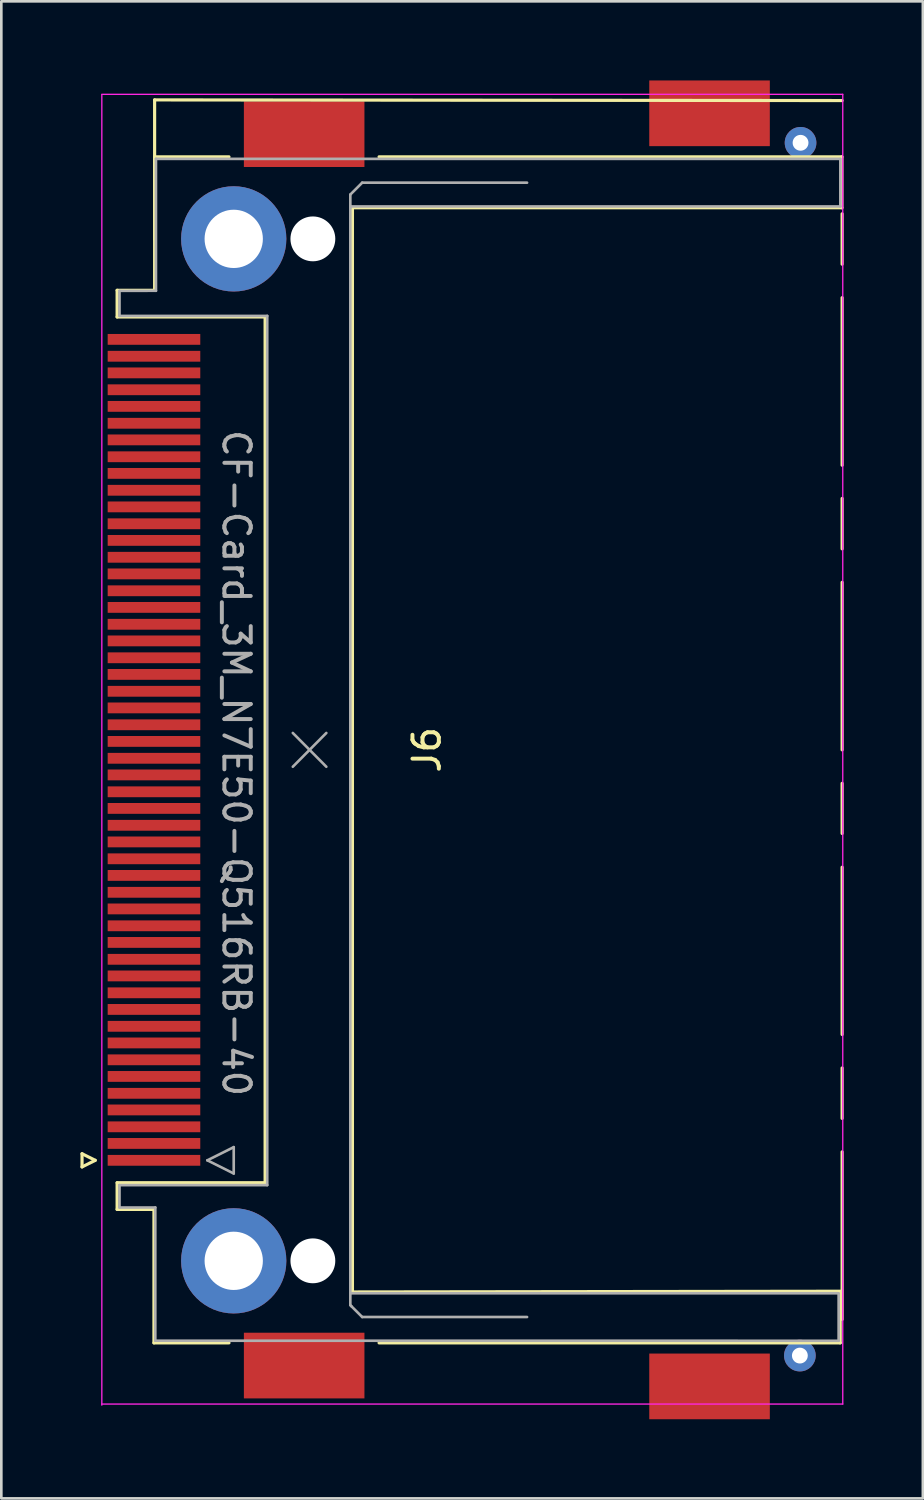
<source format=kicad_pcb>
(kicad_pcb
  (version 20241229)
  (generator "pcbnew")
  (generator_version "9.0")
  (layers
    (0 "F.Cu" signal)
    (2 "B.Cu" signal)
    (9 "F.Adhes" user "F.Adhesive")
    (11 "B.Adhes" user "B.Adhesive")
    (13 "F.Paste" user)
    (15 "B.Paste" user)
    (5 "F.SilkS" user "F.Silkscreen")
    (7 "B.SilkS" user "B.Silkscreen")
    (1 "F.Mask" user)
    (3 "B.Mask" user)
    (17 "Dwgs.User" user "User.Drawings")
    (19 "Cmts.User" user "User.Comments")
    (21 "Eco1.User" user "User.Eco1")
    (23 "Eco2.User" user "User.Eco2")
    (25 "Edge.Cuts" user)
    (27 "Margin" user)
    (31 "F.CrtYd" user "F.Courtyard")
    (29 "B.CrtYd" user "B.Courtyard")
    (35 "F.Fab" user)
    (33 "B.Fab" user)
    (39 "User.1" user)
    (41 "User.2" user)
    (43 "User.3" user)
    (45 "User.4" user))
  (footprint "CF-Card_3M_N7E50-Q516RB-40"
    (layer "F.Cu")
    (at 5.91 25.375)
    (property "Reference" "CF-Card_3M_N7E50-Q516RB-40" (at 0 0.5 270) (unlocked yes) (layer "F.Fab") (effects (font (size 1 1) (thickness 0.15))))
    (attr through_hole)
    (fp_line (start -5.85 15.31) (end -5.35 15.56) (stroke (width 0.12) (type solid)) (layer "F.SilkS"))
    (fp_line (start -5.85 15.81) (end -5.85 15.31) (stroke (width 0.12) (type solid)) (layer "F.SilkS"))
    (fp_line (start -5.35 15.56) (end -5.85 15.81) (stroke (width 0.12) (type solid)) (layer "F.SilkS"))
    (fp_line (start -4.52 -17.42) (end -3.099 -17.419) (stroke (width 0.12) (type solid)) (layer "F.SilkS"))
    (fp_line (start -4.52 -16.41) (end -4.52 -17.42) (stroke (width 0.12) (type solid)) (layer "F.SilkS"))
    (fp_line (start -4.52 16.41) (end 1.09 16.41) (stroke (width 0.12) (type solid)) (layer "F.SilkS"))
    (fp_line (start -4.52 17.42) (end -4.52 16.41) (stroke (width 0.12) (type solid)) (layer "F.SilkS"))
    (fp_line (start -3.124 17.42) (end -4.52 17.42) (stroke (width 0.12) (type solid)) (layer "F.SilkS"))
    (fp_line (start -3.124 22.48) (end -3.124 17.42) (stroke (width 0.12) (type solid)) (layer "F.SilkS"))
    (fp_line (start -3.099 -24.638) (end 22.962 -24.613) (stroke (width 0.12) (type solid)) (layer "F.SilkS"))
    (fp_line (start -3.099 -22.479) (end -0.28 -22.48) (stroke (width 0.12) (type solid)) (layer "F.SilkS"))
    (fp_line (start -3.099 -19.355) (end -3.099 -24.638) (stroke (width 0.12) (type solid)) (layer "F.SilkS"))
    (fp_line (start -3.099 -17.419) (end -3.099 -22.479) (stroke (width 0.12) (type solid)) (layer "F.SilkS"))
    (fp_line (start -0.28 22.48) (end -3.124 22.48) (stroke (width 0.12) (type solid)) (layer "F.SilkS"))
    (fp_line (start 1.09 -16.41) (end -4.52 -16.41) (stroke (width 0.12) (type solid)) (layer "F.SilkS"))
    (fp_line (start 1.09 16.41) (end 1.09 -16.41) (stroke (width 0.12) (type solid)) (layer "F.SilkS"))
    (fp_line (start 4.4 -20.55) (end 22.954 -20.55) (stroke (width 0.12) (type solid)) (layer "F.SilkS"))
    (fp_line (start 4.4 20.55) (end 4.4 -20.55) (stroke (width 0.12) (type solid)) (layer "F.SilkS"))
    (fp_line (start 5.41 22.48) (end 22.891 22.48) (stroke (width 0.12) (type solid)) (layer "F.SilkS"))
    (fp_line (start 22.891 22.48) (end 22.891 20.55) (stroke (width 0.12) (type solid)) (layer "F.SilkS"))
    (fp_line (start 22.911 20.523) (end 4.4 20.55) (stroke (width 0.12) (type solid)) (layer "F.SilkS"))
    (fp_line (start 22.954 -22.48) (end 5.41 -22.48) (stroke (width 0.12) (type solid)) (layer "F.SilkS"))
    (fp_line (start 22.954 -20.55) (end 22.954 -22.48) (stroke (width 0.12) (type solid)) (layer "F.SilkS"))
    (fp_line (start 22.963 -18.41) (end 22.963 -20.32) (stroke (width 0.12) (type solid)) (layer "F.SilkS"))
    (fp_line (start 22.963 -10.79) (end 22.963 -17.14) (stroke (width 0.12) (type solid)) (layer "F.SilkS"))
    (fp_line (start 22.963 -7.62) (end 22.963 -9.53) (stroke (width 0.12) (type solid)) (layer "F.SilkS"))
    (fp_line (start 22.963 0) (end 22.963 -6.35) (stroke (width 0.12) (type solid)) (layer "F.SilkS"))
    (fp_line (start 22.963 3.17) (end 22.963 1.27) (stroke (width 0.12) (type solid)) (layer "F.SilkS"))
    (fp_line (start 22.963 10.79) (end 22.963 4.45) (stroke (width 0.12) (type solid)) (layer "F.SilkS"))
    (fp_line (start 22.963 13.97) (end 22.963 12.06) (stroke (width 0.12) (type solid)) (layer "F.SilkS"))
    (fp_line (start 22.963 21.59) (end 22.963 15.24) (stroke (width 0.12) (type solid)) (layer "F.SilkS"))
    (fp_line (start -5.1 -24.85) (end 22.987 -24.85) (stroke (width 0.05) (type solid)) (layer "F.CrtYd"))
    (fp_line (start -5.1 24.8) (end 22.987 24.8) (stroke (width 0.05) (type solid)) (layer "F.CrtYd"))
    (fp_line (start -5.1 24.84) (end -5.1 -24.84) (stroke (width 0.05) (type solid)) (layer "F.CrtYd"))
    (fp_line (start 22.987 24.8) (end 22.987 -24.85) (stroke (width 0.05) (type solid)) (layer "F.CrtYd"))
    (fp_line (start -4.43 -17.4) (end -4.43 -16.45) (stroke (width 0.1) (type solid)) (layer "F.Fab"))
    (fp_line (start -4.43 -16.45) (end 1.17 -16.45) (stroke (width 0.1) (type solid)) (layer "F.Fab"))
    (fp_line (start -4.43 16.5) (end -4.43 17.35) (stroke (width 0.1) (type solid)) (layer "F.Fab"))
    (fp_line (start -4.43 17.35) (end -3.073 17.348) (stroke (width 0.1) (type solid)) (layer "F.Fab"))
    (fp_line (start -3.073 17.348) (end -3.073 22.398) (stroke (width 0.1) (type solid)) (layer "F.Fab"))
    (fp_line (start -3.073 22.398) (end 22.831 22.4) (stroke (width 0.1) (type solid)) (layer "F.Fab"))
    (fp_line (start -3.048 -22.403) (end -3.048 -17.403) (stroke (width 0.1) (type solid)) (layer "F.Fab"))
    (fp_line (start -3.048 -17.403) (end -4.43 -17.4) (stroke (width 0.1) (type solid)) (layer "F.Fab"))
    (fp_line (start -1.1 15.56) (end -0.1 15.06) (stroke (width 0.1) (type solid)) (layer "F.Fab"))
    (fp_line (start -0.1 15.06) (end -0.1 16.06) (stroke (width 0.1) (type solid)) (layer "F.Fab"))
    (fp_line (start -0.1 16.06) (end -1.1 15.56) (stroke (width 0.1) (type solid)) (layer "F.Fab"))
    (fp_line (start 1.17 -16.45) (end 1.17 16.5) (stroke (width 0.1) (type solid)) (layer "F.Fab"))
    (fp_line (start 1.17 16.5) (end -4.43 16.5) (stroke (width 0.1) (type solid)) (layer "F.Fab"))
    (fp_line (start 2.14 -0.64) (end 3.41 0.64) (stroke (width 0.1) (type solid)) (layer "F.Fab"))
    (fp_line (start 2.14 0.64) (end 3.41 -0.64) (stroke (width 0.1) (type solid)) (layer "F.Fab"))
    (fp_line (start 4.32 -21.05) (end 4.32 -20.55) (stroke (width 0.1) (type solid)) (layer "F.Fab"))
    (fp_line (start 4.32 -20.6) (end 22.895 -20.6) (stroke (width 0.1) (type solid)) (layer "F.Fab"))
    (fp_line (start 4.32 20.6) (end 4.32 -20.6) (stroke (width 0.1) (type solid)) (layer "F.Fab"))
    (fp_line (start 4.32 21.05) (end 4.32 20.6) (stroke (width 0.1) (type solid)) (layer "F.Fab"))
    (fp_line (start 4.37 21.1) (end 4.32 21.05) (stroke (width 0.1) (type solid)) (layer "F.Fab"))
    (fp_line (start 4.77 -21.5) (end 4.32 -21.05) (stroke (width 0.1) (type solid)) (layer "F.Fab"))
    (fp_line (start 4.77 21.5) (end 4.37 21.1) (stroke (width 0.1) (type solid)) (layer "F.Fab"))
    (fp_line (start 11.02 -21.5) (end 4.77 -21.5) (stroke (width 0.1) (type solid)) (layer "F.Fab"))
    (fp_line (start 11.02 21.5) (end 4.77 21.5) (stroke (width 0.1) (type solid)) (layer "F.Fab"))
    (fp_line (start 22.809 20.6) (end 4.32 20.6) (stroke (width 0.1) (type solid)) (layer "F.Fab"))
    (fp_line (start 22.831 22.4) (end 22.831 20.6) (stroke (width 0.1) (type solid)) (layer "F.Fab"))
    (fp_line (start 22.885 -22.403) (end -3.048 -22.403) (stroke (width 0.1) (type solid)) (layer "F.Fab"))
    (fp_line (start 22.895 -20.6) (end 22.895 -22.4) (stroke (width 0.1) (type solid)) (layer "F.Fab"))
    (fp_text user "J6" (at 7.22 0 270) (layer "F.SilkS") (effects (font (size 1 1) (thickness 0.15))))
    (pad "" thru_hole circle (at -0.1 -19.37 90) (size 3.99 3.99) (drill 2.21) (layers "*.Cu" "*.Mask"))
    (pad "" thru_hole circle (at -0.1 19.37 90) (size 3.99 3.99) (drill 2.21) (layers "*.Cu" "*.Mask"))
    (pad "" smd rect (at 2.57 -23.34 90) (size 2.49 4.57) (layers "F.Cu" "F.Mask" "F.Paste"))
    (pad "" smd rect (at 2.57 23.34 90) (size 2.49 4.57) (layers "F.Cu" "F.Mask" "F.Paste"))
    (pad "" np_thru_hole circle (at 2.9 -19.37 90) (size 1.7 1.7) (drill 1.7) (layers "*.Cu" "*.Mask"))
    (pad "" np_thru_hole circle (at 2.9 19.37 90) (size 1.7 1.7) (drill 1.7) (layers "*.Cu" "*.Mask"))
    (pad "" smd rect (at 17.937 -24.13 90) (size 2.49 4.57) (layers "F.Cu" "F.Mask" "F.Paste"))
    (pad "" smd rect (at 17.937 24.13 90) (size 2.49 4.57) (layers "F.Cu" "F.Mask" "F.Paste"))
    (pad "" thru_hole circle (at 21.361 22.962) (size 1.2 1.2) (drill 0.6) (layers "*.Cu" "*.Mask"))
    (pad "" thru_hole circle (at 21.387 -23.012) (size 1.2 1.2) (drill 0.6) (layers "*.Cu" "*.Mask"))
    (pad "1" smd rect (at -3.123 15.56 270) (size 0.41 3.51) (layers "F.Cu" "F.Mask" "F.Paste"))
    (pad "2" smd rect (at -3.123 14.29 270) (size 0.41 3.51) (layers "F.Cu" "F.Mask" "F.Paste"))
    (pad "3" smd rect (at -3.123 13.02 270) (size 0.41 3.51) (layers "F.Cu" "F.Mask" "F.Paste"))
    (pad "4" smd rect (at -3.123 11.75 270) (size 0.41 3.51) (layers "F.Cu" "F.Mask" "F.Paste"))
    (pad "5" smd rect (at -3.123 10.48 270) (size 0.41 3.51) (layers "F.Cu" "F.Mask" "F.Paste"))
    (pad "6" smd rect (at -3.123 9.21 270) (size 0.41 3.51) (layers "F.Cu" "F.Mask" "F.Paste"))
    (pad "7" smd rect (at -3.123 7.94 270) (size 0.41 3.51) (layers "F.Cu" "F.Mask" "F.Paste"))
    (pad "8" smd rect (at -3.123 6.67 270) (size 0.41 3.51) (layers "F.Cu" "F.Mask" "F.Paste"))
    (pad "9" smd rect (at -3.123 5.4 270) (size 0.41 3.51) (layers "F.Cu" "F.Mask" "F.Paste"))
    (pad "10" smd rect (at -3.123 4.13 270) (size 0.41 3.51) (layers "F.Cu" "F.Mask" "F.Paste"))
    (pad "11" smd rect (at -3.123 2.86 270) (size 0.41 3.51) (layers "F.Cu" "F.Mask" "F.Paste"))
    (pad "12" smd rect (at -3.123 1.59 270) (size 0.41 3.51) (layers "F.Cu" "F.Mask" "F.Paste"))
    (pad "13" smd rect (at -3.123 0.32 270) (size 0.41 3.51) (layers "F.Cu" "F.Mask" "F.Paste"))
    (pad "14" smd rect (at -3.123 -0.95 270) (size 0.41 3.51) (layers "F.Cu" "F.Mask" "F.Paste"))
    (pad "15" smd rect (at -3.123 -2.22 270) (size 0.41 3.51) (layers "F.Cu" "F.Mask" "F.Paste"))
    (pad "16" smd rect (at -3.123 -3.49 270) (size 0.41 3.51) (layers "F.Cu" "F.Mask" "F.Paste"))
    (pad "17" smd rect (at -3.123 -4.76 270) (size 0.41 3.51) (layers "F.Cu" "F.Mask" "F.Paste"))
    (pad "18" smd rect (at -3.123 -6.03 270) (size 0.41 3.51) (layers "F.Cu" "F.Mask" "F.Paste"))
    (pad "19" smd rect (at -3.123 -7.3 270) (size 0.41 3.51) (layers "F.Cu" "F.Mask" "F.Paste"))
    (pad "20" smd rect (at -3.123 -8.57 270) (size 0.41 3.51) (layers "F.Cu" "F.Mask" "F.Paste"))
    (pad "21" smd rect (at -3.123 -9.84 270) (size 0.41 3.51) (layers "F.Cu" "F.Mask" "F.Paste"))
    (pad "22" smd rect (at -3.123 -11.11 270) (size 0.41 3.51) (layers "F.Cu" "F.Mask" "F.Paste"))
    (pad "23" smd rect (at -3.123 -12.38 270) (size 0.41 3.51) (layers "F.Cu" "F.Mask" "F.Paste"))
    (pad "24" smd rect (at -3.123 -13.65 270) (size 0.41 3.51) (layers "F.Cu" "F.Mask" "F.Paste"))
    (pad "25" smd rect (at -3.123 -14.92 270) (size 0.41 3.51) (layers "F.Cu" "F.Mask" "F.Paste"))
    (pad "26" smd rect (at -3.123 14.92 270) (size 0.41 3.51) (layers "F.Cu" "F.Mask" "F.Paste"))
    (pad "27" smd rect (at -3.123 13.65 270) (size 0.41 3.51) (layers "F.Cu" "F.Mask" "F.Paste"))
    (pad "28" smd rect (at -3.123 12.38 270) (size 0.41 3.51) (layers "F.Cu" "F.Mask" "F.Paste"))
    (pad "29" smd rect (at -3.123 11.11 270) (size 0.41 3.51) (layers "F.Cu" "F.Mask" "F.Paste"))
    (pad "30" smd rect (at -3.123 9.84 270) (size 0.41 3.51) (layers "F.Cu" "F.Mask" "F.Paste"))
    (pad "31" smd rect (at -3.123 8.57 270) (size 0.41 3.51) (layers "F.Cu" "F.Mask" "F.Paste"))
    (pad "32" smd rect (at -3.123 7.3 270) (size 0.41 3.51) (layers "F.Cu" "F.Mask" "F.Paste"))
    (pad "33" smd rect (at -3.123 6.03 270) (size 0.41 3.51) (layers "F.Cu" "F.Mask" "F.Paste"))
    (pad "34" smd rect (at -3.123 4.76 270) (size 0.41 3.51) (layers "F.Cu" "F.Mask" "F.Paste"))
    (pad "35" smd rect (at -3.123 3.49 270) (size 0.41 3.51) (layers "F.Cu" "F.Mask" "F.Paste"))
    (pad "36" smd rect (at -3.123 2.22 270) (size 0.41 3.51) (layers "F.Cu" "F.Mask" "F.Paste"))
    (pad "37" smd rect (at -3.123 0.95 270) (size 0.41 3.51) (layers "F.Cu" "F.Mask" "F.Paste"))
    (pad "38" smd rect (at -3.123 -0.32 270) (size 0.41 3.51) (layers "F.Cu" "F.Mask" "F.Paste"))
    (pad "39" smd rect (at -3.123 -1.59 270) (size 0.41 3.51) (layers "F.Cu" "F.Mask" "F.Paste"))
    (pad "40" smd rect (at -3.123 -2.86 270) (size 0.41 3.51) (layers "F.Cu" "F.Mask" "F.Paste"))
    (pad "41" smd rect (at -3.123 -4.13 270) (size 0.41 3.51) (layers "F.Cu" "F.Mask" "F.Paste"))
    (pad "42" smd rect (at -3.123 -5.4 270) (size 0.41 3.51) (layers "F.Cu" "F.Mask" "F.Paste"))
    (pad "43" smd rect (at -3.123 -6.67 270) (size 0.41 3.51) (layers "F.Cu" "F.Mask" "F.Paste"))
    (pad "44" smd rect (at -3.123 -7.94 270) (size 0.41 3.51) (layers "F.Cu" "F.Mask" "F.Paste"))
    (pad "45" smd rect (at -3.123 -9.21 270) (size 0.41 3.51) (layers "F.Cu" "F.Mask" "F.Paste"))
    (pad "46" smd rect (at -3.123 -10.48 270) (size 0.41 3.51) (layers "F.Cu" "F.Mask" "F.Paste"))
    (pad "47" smd rect (at -3.123 -11.75 270) (size 0.41 3.51) (layers "F.Cu" "F.Mask" "F.Paste"))
    (pad "48" smd rect (at -3.123 -13.02 270) (size 0.41 3.51) (layers "F.Cu" "F.Mask" "F.Paste"))
    (pad "49" smd rect (at -3.123 -14.29 270) (size 0.41 3.51) (layers "F.Cu" "F.Mask" "F.Paste"))
    (pad "50" smd rect (at -3.123 -15.56 270) (size 0.41 3.51) (layers "F.Cu" "F.Mask" "F.Paste")))
  (gr_rect
    (start -3 -3)
    (end 31.933 53.75)
    (stroke (width 0.1) (type default))
    (fill no)
    (layer "Edge.Cuts")))
</source>
